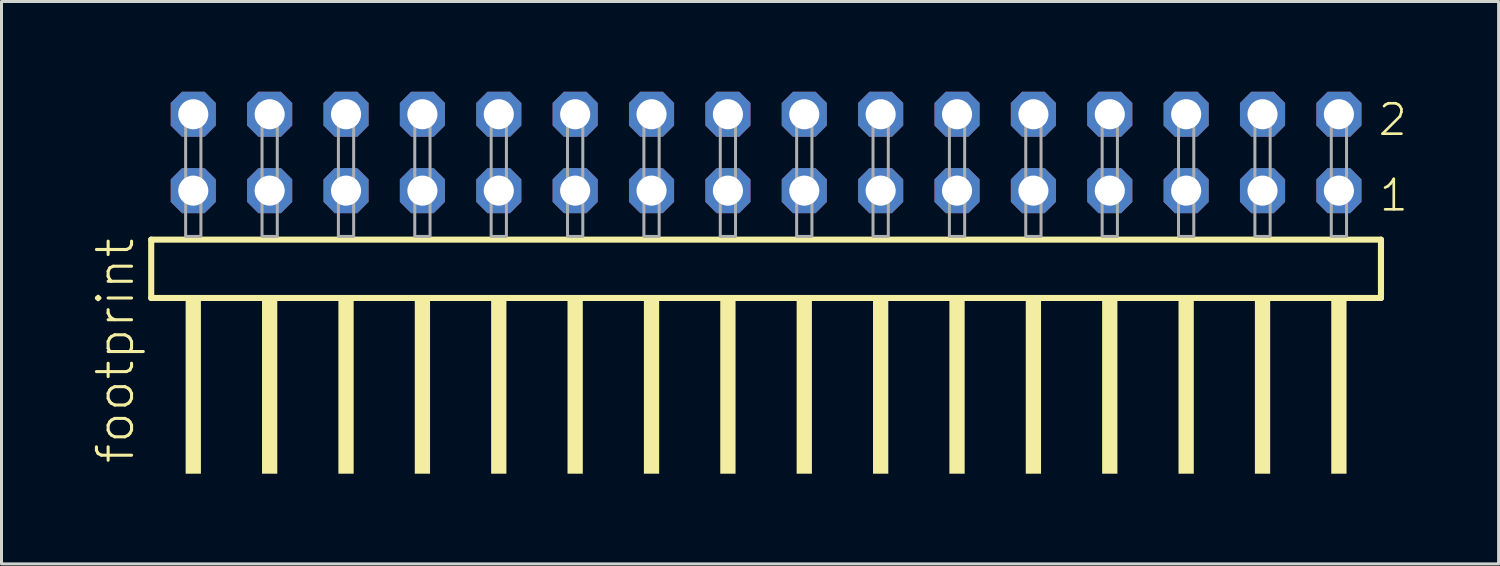
<source format=kicad_pcb>
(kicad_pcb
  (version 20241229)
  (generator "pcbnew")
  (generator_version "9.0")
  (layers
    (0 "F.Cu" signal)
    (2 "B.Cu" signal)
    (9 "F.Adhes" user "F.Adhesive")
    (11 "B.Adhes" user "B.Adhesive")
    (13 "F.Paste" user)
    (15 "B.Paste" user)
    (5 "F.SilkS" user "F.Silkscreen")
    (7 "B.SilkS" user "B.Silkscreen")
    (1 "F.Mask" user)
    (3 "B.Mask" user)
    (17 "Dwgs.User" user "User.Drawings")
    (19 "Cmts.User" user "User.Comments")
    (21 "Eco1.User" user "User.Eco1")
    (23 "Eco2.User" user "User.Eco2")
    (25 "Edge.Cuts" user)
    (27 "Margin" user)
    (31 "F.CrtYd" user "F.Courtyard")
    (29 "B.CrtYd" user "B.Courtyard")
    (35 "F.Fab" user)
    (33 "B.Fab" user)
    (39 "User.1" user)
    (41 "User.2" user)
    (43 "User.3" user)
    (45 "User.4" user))
  (footprint "footprint"
    (layer "F.Cu")
    (at 22.428 4.814)
    (property "Reference" "footprint" (at -20.955 7.62 90) (layer "F.SilkS") (effects (font (size 1.168 1.168) (thickness 0.102)) (justify left bottom)))
    (fp_line (start -20.449 0.106) (end -20.449 2.046) (stroke (width 0.203) (type solid)) (layer "F.SilkS"))
    (fp_line (start -20.449 2.046) (end 20.449 2.046) (stroke (width 0.203) (type solid)) (layer "F.SilkS"))
    (fp_line (start 20.449 0.106) (end -20.449 0.106) (stroke (width 0.203) (type solid)) (layer "F.SilkS"))
    (fp_line (start 20.449 2.046) (end 20.449 0.106) (stroke (width 0.203) (type solid)) (layer "F.SilkS"))
    (fp_poly (pts (xy -19.304 7.89) (xy -18.796 7.89) (xy -18.796 2.04) (xy -19.304 2.04)) (stroke (width 0) (type solid)) (fill yes) (layer "F.SilkS"))
    (fp_poly (pts (xy -16.764 7.89) (xy -16.256 7.89) (xy -16.256 2.04) (xy -16.764 2.04)) (stroke (width 0) (type solid)) (fill yes) (layer "F.SilkS"))
    (fp_poly (pts (xy -14.224 7.89) (xy -13.716 7.89) (xy -13.716 2.04) (xy -14.224 2.04)) (stroke (width 0) (type solid)) (fill yes) (layer "F.SilkS"))
    (fp_poly (pts (xy -11.684 7.89) (xy -11.176 7.89) (xy -11.176 2.04) (xy -11.684 2.04)) (stroke (width 0) (type solid)) (fill yes) (layer "F.SilkS"))
    (fp_poly (pts (xy -9.144 7.89) (xy -8.636 7.89) (xy -8.636 2.04) (xy -9.144 2.04)) (stroke (width 0) (type solid)) (fill yes) (layer "F.SilkS"))
    (fp_poly (pts (xy -6.604 7.89) (xy -6.096 7.89) (xy -6.096 2.04) (xy -6.604 2.04)) (stroke (width 0) (type solid)) (fill yes) (layer "F.SilkS"))
    (fp_poly (pts (xy -4.064 7.89) (xy -3.556 7.89) (xy -3.556 2.04) (xy -4.064 2.04)) (stroke (width 0) (type solid)) (fill yes) (layer "F.SilkS"))
    (fp_poly (pts (xy -1.524 7.89) (xy -1.016 7.89) (xy -1.016 2.04) (xy -1.524 2.04)) (stroke (width 0) (type solid)) (fill yes) (layer "F.SilkS"))
    (fp_poly (pts (xy 1.016 7.89) (xy 1.524 7.89) (xy 1.524 2.04) (xy 1.016 2.04)) (stroke (width 0) (type solid)) (fill yes) (layer "F.SilkS"))
    (fp_poly (pts (xy 3.556 7.89) (xy 4.064 7.89) (xy 4.064 2.04) (xy 3.556 2.04)) (stroke (width 0) (type solid)) (fill yes) (layer "F.SilkS"))
    (fp_poly (pts (xy 6.096 7.89) (xy 6.604 7.89) (xy 6.604 2.04) (xy 6.096 2.04)) (stroke (width 0) (type solid)) (fill yes) (layer "F.SilkS"))
    (fp_poly (pts (xy 8.636 7.89) (xy 9.144 7.89) (xy 9.144 2.04) (xy 8.636 2.04)) (stroke (width 0) (type solid)) (fill yes) (layer "F.SilkS"))
    (fp_poly (pts (xy 11.176 7.89) (xy 11.684 7.89) (xy 11.684 2.04) (xy 11.176 2.04)) (stroke (width 0) (type solid)) (fill yes) (layer "F.SilkS"))
    (fp_poly (pts (xy 13.716 7.89) (xy 14.224 7.89) (xy 14.224 2.04) (xy 13.716 2.04)) (stroke (width 0) (type solid)) (fill yes) (layer "F.SilkS"))
    (fp_poly (pts (xy 16.256 7.89) (xy 16.764 7.89) (xy 16.764 2.04) (xy 16.256 2.04)) (stroke (width 0) (type solid)) (fill yes) (layer "F.SilkS"))
    (fp_poly (pts (xy 18.796 7.89) (xy 19.304 7.89) (xy 19.304 2.04) (xy 18.796 2.04)) (stroke (width 0) (type solid)) (fill yes) (layer "F.SilkS"))
    (fp_poly (pts (xy -19.304 0) (xy -18.796 0) (xy -18.796 -4.318) (xy -19.304 -4.318)) (stroke (width 0.1) (type solid)) (fill no) (layer "F.Fab"))
    (fp_poly (pts (xy -16.764 0) (xy -16.256 0) (xy -16.256 -4.318) (xy -16.764 -4.318)) (stroke (width 0.1) (type solid)) (fill no) (layer "F.Fab"))
    (fp_poly (pts (xy -14.224 0) (xy -13.716 0) (xy -13.716 -4.318) (xy -14.224 -4.318)) (stroke (width 0.1) (type solid)) (fill no) (layer "F.Fab"))
    (fp_poly (pts (xy -11.684 0) (xy -11.176 0) (xy -11.176 -4.318) (xy -11.684 -4.318)) (stroke (width 0.1) (type solid)) (fill no) (layer "F.Fab"))
    (fp_poly (pts (xy -9.144 0) (xy -8.636 0) (xy -8.636 -4.318) (xy -9.144 -4.318)) (stroke (width 0.1) (type solid)) (fill no) (layer "F.Fab"))
    (fp_poly (pts (xy -6.604 0) (xy -6.096 0) (xy -6.096 -4.318) (xy -6.604 -4.318)) (stroke (width 0.1) (type solid)) (fill no) (layer "F.Fab"))
    (fp_poly (pts (xy -4.064 0) (xy -3.556 0) (xy -3.556 -4.318) (xy -4.064 -4.318)) (stroke (width 0.1) (type solid)) (fill no) (layer "F.Fab"))
    (fp_poly (pts (xy -1.524 0) (xy -1.016 0) (xy -1.016 -4.318) (xy -1.524 -4.318)) (stroke (width 0.1) (type solid)) (fill no) (layer "F.Fab"))
    (fp_poly (pts (xy 1.016 0) (xy 1.524 0) (xy 1.524 -4.318) (xy 1.016 -4.318)) (stroke (width 0.1) (type solid)) (fill no) (layer "F.Fab"))
    (fp_poly (pts (xy 3.556 0) (xy 4.064 0) (xy 4.064 -4.318) (xy 3.556 -4.318)) (stroke (width 0.1) (type solid)) (fill no) (layer "F.Fab"))
    (fp_poly (pts (xy 6.096 0) (xy 6.604 0) (xy 6.604 -4.318) (xy 6.096 -4.318)) (stroke (width 0.1) (type solid)) (fill no) (layer "F.Fab"))
    (fp_poly (pts (xy 8.636 0) (xy 9.144 0) (xy 9.144 -4.318) (xy 8.636 -4.318)) (stroke (width 0.1) (type solid)) (fill no) (layer "F.Fab"))
    (fp_poly (pts (xy 11.176 0) (xy 11.684 0) (xy 11.684 -4.318) (xy 11.176 -4.318)) (stroke (width 0.1) (type solid)) (fill no) (layer "F.Fab"))
    (fp_poly (pts (xy 13.716 0) (xy 14.224 0) (xy 14.224 -4.318) (xy 13.716 -4.318)) (stroke (width 0.1) (type solid)) (fill no) (layer "F.Fab"))
    (fp_poly (pts (xy 16.256 0) (xy 16.764 0) (xy 16.764 -4.318) (xy 16.256 -4.318)) (stroke (width 0.1) (type solid)) (fill no) (layer "F.Fab"))
    (fp_poly (pts (xy 18.796 0) (xy 19.304 0) (xy 19.304 -4.318) (xy 18.796 -4.318)) (stroke (width 0.1) (type solid)) (fill no) (layer "F.Fab"))
    (fp_text user "2" (at 20.3 -3.29 0) (layer "F.SilkS") (effects (font (size 1.012 1.012) (thickness 0.088)) (justify left bottom)))
    (fp_text user "1" (at 20.335 -0.775 0) (layer "F.SilkS") (effects (font (size 1.012 1.012) (thickness 0.088)) (justify left bottom)))
    (pad "1" thru_hole roundrect (at 19.05 -1.524 180) (size 1.5 1.5) (drill 1) (layers "*.Cu" "*.Mask") (roundrect_rratio 0.25) (chamfer_ratio 0.25) (chamfer top_left top_right bottom_left bottom_right))
    (pad "2" thru_hole roundrect (at 19.05 -4.064 180) (size 1.5 1.5) (drill 1) (layers "*.Cu" "*.Mask") (roundrect_rratio 0.25) (chamfer_ratio 0.25) (chamfer top_left top_right bottom_left bottom_right))
    (pad "3" thru_hole roundrect (at 16.51 -1.524 180) (size 1.5 1.5) (drill 1) (layers "*.Cu" "*.Mask") (roundrect_rratio 0.25) (chamfer_ratio 0.25) (chamfer top_left top_right bottom_left bottom_right))
    (pad "4" thru_hole roundrect (at 16.51 -4.064 180) (size 1.5 1.5) (drill 1) (layers "*.Cu" "*.Mask") (roundrect_rratio 0.25) (chamfer_ratio 0.25) (chamfer top_left top_right bottom_left bottom_right))
    (pad "5" thru_hole roundrect (at 13.97 -1.524 180) (size 1.5 1.5) (drill 1) (layers "*.Cu" "*.Mask") (roundrect_rratio 0.25) (chamfer_ratio 0.25) (chamfer top_left top_right bottom_left bottom_right))
    (pad "6" thru_hole roundrect (at 13.97 -4.064 180) (size 1.5 1.5) (drill 1) (layers "*.Cu" "*.Mask") (roundrect_rratio 0.25) (chamfer_ratio 0.25) (chamfer top_left top_right bottom_left bottom_right))
    (pad "7" thru_hole roundrect (at 11.43 -1.524 180) (size 1.5 1.5) (drill 1) (layers "*.Cu" "*.Mask") (roundrect_rratio 0.25) (chamfer_ratio 0.25) (chamfer top_left top_right bottom_left bottom_right))
    (pad "8" thru_hole roundrect (at 11.43 -4.064 180) (size 1.5 1.5) (drill 1) (layers "*.Cu" "*.Mask") (roundrect_rratio 0.25) (chamfer_ratio 0.25) (chamfer top_left top_right bottom_left bottom_right))
    (pad "9" thru_hole roundrect (at 8.89 -1.524 180) (size 1.5 1.5) (drill 1) (layers "*.Cu" "*.Mask") (roundrect_rratio 0.25) (chamfer_ratio 0.25) (chamfer top_left top_right bottom_left bottom_right))
    (pad "10" thru_hole roundrect (at 8.89 -4.064 180) (size 1.5 1.5) (drill 1) (layers "*.Cu" "*.Mask") (roundrect_rratio 0.25) (chamfer_ratio 0.25) (chamfer top_left top_right bottom_left bottom_right))
    (pad "11" thru_hole roundrect (at 6.35 -1.524 180) (size 1.5 1.5) (drill 1) (layers "*.Cu" "*.Mask") (roundrect_rratio 0.25) (chamfer_ratio 0.25) (chamfer top_left top_right bottom_left bottom_right))
    (pad "12" thru_hole roundrect (at 6.35 -4.064 180) (size 1.5 1.5) (drill 1) (layers "*.Cu" "*.Mask") (roundrect_rratio 0.25) (chamfer_ratio 0.25) (chamfer top_left top_right bottom_left bottom_right))
    (pad "13" thru_hole roundrect (at 3.81 -1.524 180) (size 1.5 1.5) (drill 1) (layers "*.Cu" "*.Mask") (roundrect_rratio 0.25) (chamfer_ratio 0.25) (chamfer top_left top_right bottom_left bottom_right))
    (pad "14" thru_hole roundrect (at 3.81 -4.064 180) (size 1.5 1.5) (drill 1) (layers "*.Cu" "*.Mask") (roundrect_rratio 0.25) (chamfer_ratio 0.25) (chamfer top_left top_right bottom_left bottom_right))
    (pad "15" thru_hole roundrect (at 1.27 -1.524 180) (size 1.5 1.5) (drill 1) (layers "*.Cu" "*.Mask") (roundrect_rratio 0.25) (chamfer_ratio 0.25) (chamfer top_left top_right bottom_left bottom_right))
    (pad "16" thru_hole roundrect (at 1.27 -4.064 180) (size 1.5 1.5) (drill 1) (layers "*.Cu" "*.Mask") (roundrect_rratio 0.25) (chamfer_ratio 0.25) (chamfer top_left top_right bottom_left bottom_right))
    (pad "17" thru_hole roundrect (at -1.27 -1.524 180) (size 1.5 1.5) (drill 1) (layers "*.Cu" "*.Mask") (roundrect_rratio 0.25) (chamfer_ratio 0.25) (chamfer top_left top_right bottom_left bottom_right))
    (pad "18" thru_hole roundrect (at -1.27 -4.064 180) (size 1.5 1.5) (drill 1) (layers "*.Cu" "*.Mask") (roundrect_rratio 0.25) (chamfer_ratio 0.25) (chamfer top_left top_right bottom_left bottom_right))
    (pad "19" thru_hole roundrect (at -3.81 -1.524 180) (size 1.5 1.5) (drill 1) (layers "*.Cu" "*.Mask") (roundrect_rratio 0.25) (chamfer_ratio 0.25) (chamfer top_left top_right bottom_left bottom_right))
    (pad "20" thru_hole roundrect (at -3.81 -4.064 180) (size 1.5 1.5) (drill 1) (layers "*.Cu" "*.Mask") (roundrect_rratio 0.25) (chamfer_ratio 0.25) (chamfer top_left top_right bottom_left bottom_right))
    (pad "21" thru_hole roundrect (at -6.35 -1.524 180) (size 1.5 1.5) (drill 1) (layers "*.Cu" "*.Mask") (roundrect_rratio 0.25) (chamfer_ratio 0.25) (chamfer top_left top_right bottom_left bottom_right))
    (pad "22" thru_hole roundrect (at -6.35 -4.064 180) (size 1.5 1.5) (drill 1) (layers "*.Cu" "*.Mask") (roundrect_rratio 0.25) (chamfer_ratio 0.25) (chamfer top_left top_right bottom_left bottom_right))
    (pad "23" thru_hole roundrect (at -8.89 -1.524 180) (size 1.5 1.5) (drill 1) (layers "*.Cu" "*.Mask") (roundrect_rratio 0.25) (chamfer_ratio 0.25) (chamfer top_left top_right bottom_left bottom_right))
    (pad "24" thru_hole roundrect (at -8.89 -4.064 180) (size 1.5 1.5) (drill 1) (layers "*.Cu" "*.Mask") (roundrect_rratio 0.25) (chamfer_ratio 0.25) (chamfer top_left top_right bottom_left bottom_right))
    (pad "25" thru_hole roundrect (at -11.43 -1.524 180) (size 1.5 1.5) (drill 1) (layers "*.Cu" "*.Mask") (roundrect_rratio 0.25) (chamfer_ratio 0.25) (chamfer top_left top_right bottom_left bottom_right))
    (pad "26" thru_hole roundrect (at -11.43 -4.064 180) (size 1.5 1.5) (drill 1) (layers "*.Cu" "*.Mask") (roundrect_rratio 0.25) (chamfer_ratio 0.25) (chamfer top_left top_right bottom_left bottom_right))
    (pad "27" thru_hole roundrect (at -13.97 -1.524 180) (size 1.5 1.5) (drill 1) (layers "*.Cu" "*.Mask") (roundrect_rratio 0.25) (chamfer_ratio 0.25) (chamfer top_left top_right bottom_left bottom_right))
    (pad "28" thru_hole roundrect (at -13.97 -4.064 180) (size 1.5 1.5) (drill 1) (layers "*.Cu" "*.Mask") (roundrect_rratio 0.25) (chamfer_ratio 0.25) (chamfer top_left top_right bottom_left bottom_right))
    (pad "29" thru_hole roundrect (at -16.51 -1.524 180) (size 1.5 1.5) (drill 1) (layers "*.Cu" "*.Mask") (roundrect_rratio 0.25) (chamfer_ratio 0.25) (chamfer top_left top_right bottom_left bottom_right))
    (pad "30" thru_hole roundrect (at -16.51 -4.064 180) (size 1.5 1.5) (drill 1) (layers "*.Cu" "*.Mask") (roundrect_rratio 0.25) (chamfer_ratio 0.25) (chamfer top_left top_right bottom_left bottom_right))
    (pad "31" thru_hole roundrect (at -19.05 -1.524 180) (size 1.5 1.5) (drill 1) (layers "*.Cu" "*.Mask") (roundrect_rratio 0.25) (chamfer_ratio 0.25) (chamfer top_left top_right bottom_left bottom_right))
    (pad "32" thru_hole roundrect (at -19.05 -4.064 180) (size 1.5 1.5) (drill 1) (layers "*.Cu" "*.Mask") (roundrect_rratio 0.25) (chamfer_ratio 0.25) (chamfer top_left top_right bottom_left bottom_right)))
  (gr_rect
    (start -3 -3)
    (end 46.789 15.704)
    (stroke (width 0.1) (type default))
    (fill no)
    (layer "Edge.Cuts")))
</source>
